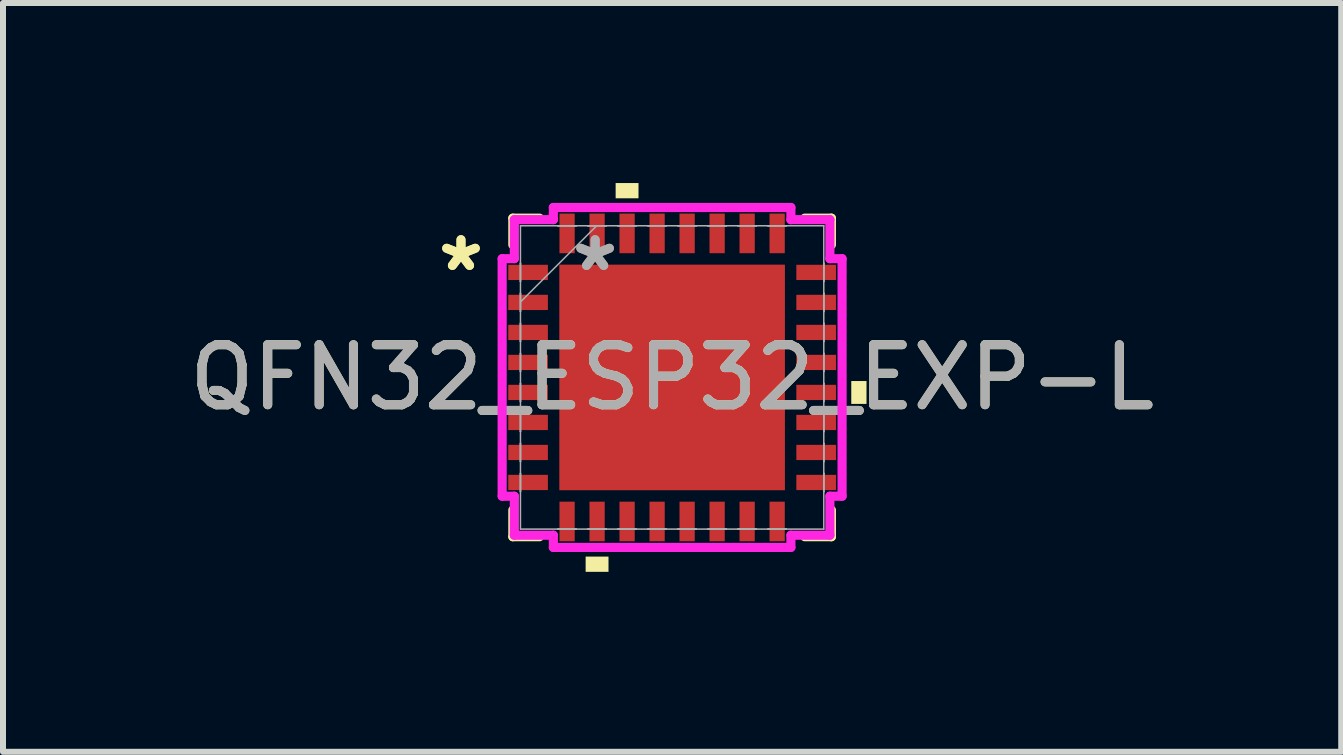
<source format=kicad_pcb>
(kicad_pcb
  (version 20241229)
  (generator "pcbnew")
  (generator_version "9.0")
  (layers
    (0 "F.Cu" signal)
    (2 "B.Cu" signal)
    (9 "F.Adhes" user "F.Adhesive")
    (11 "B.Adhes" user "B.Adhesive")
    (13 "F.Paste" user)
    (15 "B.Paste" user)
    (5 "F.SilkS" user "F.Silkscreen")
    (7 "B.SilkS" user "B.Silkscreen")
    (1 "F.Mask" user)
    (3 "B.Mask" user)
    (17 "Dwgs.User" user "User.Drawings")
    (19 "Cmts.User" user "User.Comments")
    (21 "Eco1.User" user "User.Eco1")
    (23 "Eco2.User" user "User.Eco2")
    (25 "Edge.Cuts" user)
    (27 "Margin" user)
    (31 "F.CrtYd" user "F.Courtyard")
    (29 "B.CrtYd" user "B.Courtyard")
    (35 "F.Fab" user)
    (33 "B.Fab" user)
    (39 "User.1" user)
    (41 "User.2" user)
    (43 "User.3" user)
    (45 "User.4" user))
  (footprint "QFN32_ESP32_EXP-L"
    (layer "F.Cu")
    (at 8.149 3.239)
    (property "Reference" "QFN32_ESP32_EXP-L" (at 0 0 0) (unlocked yes) (layer "F.SilkS") (effects (font (size 1 1) (thickness 0.15))))
    (attr smd)
    (fp_line (start -2.654 -2.654) (end -2.654 -2.21) (stroke (width 0.152) (type solid)) (layer "F.SilkS"))
    (fp_line (start -2.654 2.21) (end -2.654 2.654) (stroke (width 0.152) (type solid)) (layer "F.SilkS"))
    (fp_line (start -2.654 2.654) (end -2.21 2.654) (stroke (width 0.152) (type solid)) (layer "F.SilkS"))
    (fp_line (start -2.21 -2.654) (end -2.654 -2.654) (stroke (width 0.152) (type solid)) (layer "F.SilkS"))
    (fp_line (start 2.21 2.654) (end 2.654 2.654) (stroke (width 0.152) (type solid)) (layer "F.SilkS"))
    (fp_line (start 2.654 -2.654) (end 2.21 -2.654) (stroke (width 0.152) (type solid)) (layer "F.SilkS"))
    (fp_line (start 2.654 -2.21) (end 2.654 -2.654) (stroke (width 0.152) (type solid)) (layer "F.SilkS"))
    (fp_line (start 2.654 2.654) (end 2.654 2.21) (stroke (width 0.152) (type solid)) (layer "F.SilkS"))
    (fp_poly (pts (xy -1.441 2.985) (xy -1.441 3.239) (xy -1.06 3.239) (xy -1.06 2.985)) (stroke (width 0) (type solid)) (fill yes) (layer "F.SilkS"))
    (fp_poly (pts (xy -0.941 -2.985) (xy -0.941 -3.239) (xy -0.56 -3.239) (xy -0.56 -2.985)) (stroke (width 0) (type solid)) (fill yes) (layer "F.SilkS"))
    (fp_poly (pts (xy 3.239 0.06) (xy 3.239 0.441) (xy 2.985 0.441) (xy 2.985 0.06)) (stroke (width 0) (type solid)) (fill yes) (layer "F.SilkS"))
    (fp_line (start -2.832 -1.979) (end -2.629 -1.979) (stroke (width 0.152) (type solid)) (layer "F.CrtYd"))
    (fp_line (start -2.832 1.979) (end -2.832 -1.979) (stroke (width 0.152) (type solid)) (layer "F.CrtYd"))
    (fp_line (start -2.629 -2.629) (end -1.979 -2.629) (stroke (width 0.152) (type solid)) (layer "F.CrtYd"))
    (fp_line (start -2.629 -1.979) (end -2.629 -2.629) (stroke (width 0.152) (type solid)) (layer "F.CrtYd"))
    (fp_line (start -2.629 1.979) (end -2.832 1.979) (stroke (width 0.152) (type solid)) (layer "F.CrtYd"))
    (fp_line (start -2.629 2.629) (end -2.629 1.979) (stroke (width 0.152) (type solid)) (layer "F.CrtYd"))
    (fp_line (start -1.979 -2.832) (end 1.979 -2.832) (stroke (width 0.152) (type solid)) (layer "F.CrtYd"))
    (fp_line (start -1.979 -2.629) (end -1.979 -2.832) (stroke (width 0.152) (type solid)) (layer "F.CrtYd"))
    (fp_line (start -1.979 2.629) (end -2.629 2.629) (stroke (width 0.152) (type solid)) (layer "F.CrtYd"))
    (fp_line (start -1.979 2.832) (end -1.979 2.629) (stroke (width 0.152) (type solid)) (layer "F.CrtYd"))
    (fp_line (start 1.979 -2.832) (end 1.979 -2.629) (stroke (width 0.152) (type solid)) (layer "F.CrtYd"))
    (fp_line (start 1.979 -2.629) (end 2.629 -2.629) (stroke (width 0.152) (type solid)) (layer "F.CrtYd"))
    (fp_line (start 1.979 2.629) (end 1.979 2.832) (stroke (width 0.152) (type solid)) (layer "F.CrtYd"))
    (fp_line (start 1.979 2.832) (end -1.979 2.832) (stroke (width 0.152) (type solid)) (layer "F.CrtYd"))
    (fp_line (start 2.629 -2.629) (end 2.629 -1.979) (stroke (width 0.152) (type solid)) (layer "F.CrtYd"))
    (fp_line (start 2.629 -1.979) (end 2.832 -1.979) (stroke (width 0.152) (type solid)) (layer "F.CrtYd"))
    (fp_line (start 2.629 1.979) (end 2.629 2.629) (stroke (width 0.152) (type solid)) (layer "F.CrtYd"))
    (fp_line (start 2.629 2.629) (end 1.979 2.629) (stroke (width 0.152) (type solid)) (layer "F.CrtYd"))
    (fp_line (start 2.832 -1.979) (end 2.832 1.979) (stroke (width 0.152) (type solid)) (layer "F.CrtYd"))
    (fp_line (start 2.832 1.979) (end 2.629 1.979) (stroke (width 0.152) (type solid)) (layer "F.CrtYd"))
    (fp_line (start -2.527 -2.527) (end -2.527 2.527) (stroke (width 0.025) (type solid)) (layer "F.Fab"))
    (fp_line (start -2.527 -1.903) (end -2.527 -1.903) (stroke (width 0.025) (type solid)) (layer "F.Fab"))
    (fp_line (start -2.527 -1.903) (end -2.527 -1.598) (stroke (width 0.025) (type solid)) (layer "F.Fab"))
    (fp_line (start -2.527 -1.598) (end -2.527 -1.903) (stroke (width 0.025) (type solid)) (layer "F.Fab"))
    (fp_line (start -2.527 -1.598) (end -2.527 -1.598) (stroke (width 0.025) (type solid)) (layer "F.Fab"))
    (fp_line (start -2.527 -1.403) (end -2.527 -1.403) (stroke (width 0.025) (type solid)) (layer "F.Fab"))
    (fp_line (start -2.527 -1.403) (end -2.527 -1.098) (stroke (width 0.025) (type solid)) (layer "F.Fab"))
    (fp_line (start -2.527 -1.257) (end -1.257 -2.527) (stroke (width 0.025) (type solid)) (layer "F.Fab"))
    (fp_line (start -2.527 -1.098) (end -2.527 -1.403) (stroke (width 0.025) (type solid)) (layer "F.Fab"))
    (fp_line (start -2.527 -1.098) (end -2.527 -1.098) (stroke (width 0.025) (type solid)) (layer "F.Fab"))
    (fp_line (start -2.527 -0.903) (end -2.527 -0.903) (stroke (width 0.025) (type solid)) (layer "F.Fab"))
    (fp_line (start -2.527 -0.903) (end -2.527 -0.598) (stroke (width 0.025) (type solid)) (layer "F.Fab"))
    (fp_line (start -2.527 -0.598) (end -2.527 -0.903) (stroke (width 0.025) (type solid)) (layer "F.Fab"))
    (fp_line (start -2.527 -0.598) (end -2.527 -0.598) (stroke (width 0.025) (type solid)) (layer "F.Fab"))
    (fp_line (start -2.527 -0.402) (end -2.527 -0.402) (stroke (width 0.025) (type solid)) (layer "F.Fab"))
    (fp_line (start -2.527 -0.402) (end -2.527 -0.098) (stroke (width 0.025) (type solid)) (layer "F.Fab"))
    (fp_line (start -2.527 -0.098) (end -2.527 -0.402) (stroke (width 0.025) (type solid)) (layer "F.Fab"))
    (fp_line (start -2.527 -0.098) (end -2.527 -0.098) (stroke (width 0.025) (type solid)) (layer "F.Fab"))
    (fp_line (start -2.527 0.098) (end -2.527 0.098) (stroke (width 0.025) (type solid)) (layer "F.Fab"))
    (fp_line (start -2.527 0.098) (end -2.527 0.402) (stroke (width 0.025) (type solid)) (layer "F.Fab"))
    (fp_line (start -2.527 0.402) (end -2.527 0.098) (stroke (width 0.025) (type solid)) (layer "F.Fab"))
    (fp_line (start -2.527 0.402) (end -2.527 0.402) (stroke (width 0.025) (type solid)) (layer "F.Fab"))
    (fp_line (start -2.527 0.598) (end -2.527 0.598) (stroke (width 0.025) (type solid)) (layer "F.Fab"))
    (fp_line (start -2.527 0.598) (end -2.527 0.903) (stroke (width 0.025) (type solid)) (layer "F.Fab"))
    (fp_line (start -2.527 0.903) (end -2.527 0.598) (stroke (width 0.025) (type solid)) (layer "F.Fab"))
    (fp_line (start -2.527 0.903) (end -2.527 0.903) (stroke (width 0.025) (type solid)) (layer "F.Fab"))
    (fp_line (start -2.527 1.098) (end -2.527 1.098) (stroke (width 0.025) (type solid)) (layer "F.Fab"))
    (fp_line (start -2.527 1.098) (end -2.527 1.403) (stroke (width 0.025) (type solid)) (layer "F.Fab"))
    (fp_line (start -2.527 1.403) (end -2.527 1.098) (stroke (width 0.025) (type solid)) (layer "F.Fab"))
    (fp_line (start -2.527 1.403) (end -2.527 1.403) (stroke (width 0.025) (type solid)) (layer "F.Fab"))
    (fp_line (start -2.527 1.598) (end -2.527 1.598) (stroke (width 0.025) (type solid)) (layer "F.Fab"))
    (fp_line (start -2.527 1.598) (end -2.527 1.903) (stroke (width 0.025) (type solid)) (layer "F.Fab"))
    (fp_line (start -2.527 1.903) (end -2.527 1.598) (stroke (width 0.025) (type solid)) (layer "F.Fab"))
    (fp_line (start -2.527 1.903) (end -2.527 1.903) (stroke (width 0.025) (type solid)) (layer "F.Fab"))
    (fp_line (start -2.527 2.527) (end 2.527 2.527) (stroke (width 0.025) (type solid)) (layer "F.Fab"))
    (fp_line (start -1.903 -2.527) (end -1.903 -2.527) (stroke (width 0.025) (type solid)) (layer "F.Fab"))
    (fp_line (start -1.903 -2.527) (end -1.598 -2.527) (stroke (width 0.025) (type solid)) (layer "F.Fab"))
    (fp_line (start -1.903 2.527) (end -1.903 2.527) (stroke (width 0.025) (type solid)) (layer "F.Fab"))
    (fp_line (start -1.903 2.527) (end -1.598 2.527) (stroke (width 0.025) (type solid)) (layer "F.Fab"))
    (fp_line (start -1.598 -2.527) (end -1.903 -2.527) (stroke (width 0.025) (type solid)) (layer "F.Fab"))
    (fp_line (start -1.598 -2.527) (end -1.598 -2.527) (stroke (width 0.025) (type solid)) (layer "F.Fab"))
    (fp_line (start -1.598 2.527) (end -1.903 2.527) (stroke (width 0.025) (type solid)) (layer "F.Fab"))
    (fp_line (start -1.598 2.527) (end -1.598 2.527) (stroke (width 0.025) (type solid)) (layer "F.Fab"))
    (fp_line (start -1.403 -2.527) (end -1.403 -2.527) (stroke (width 0.025) (type solid)) (layer "F.Fab"))
    (fp_line (start -1.403 -2.527) (end -1.098 -2.527) (stroke (width 0.025) (type solid)) (layer "F.Fab"))
    (fp_line (start -1.403 2.527) (end -1.403 2.527) (stroke (width 0.025) (type solid)) (layer "F.Fab"))
    (fp_line (start -1.403 2.527) (end -1.098 2.527) (stroke (width 0.025) (type solid)) (layer "F.Fab"))
    (fp_line (start -1.098 -2.527) (end -1.403 -2.527) (stroke (width 0.025) (type solid)) (layer "F.Fab"))
    (fp_line (start -1.098 -2.527) (end -1.098 -2.527) (stroke (width 0.025) (type solid)) (layer "F.Fab"))
    (fp_line (start -1.098 2.527) (end -1.403 2.527) (stroke (width 0.025) (type solid)) (layer "F.Fab"))
    (fp_line (start -1.098 2.527) (end -1.098 2.527) (stroke (width 0.025) (type solid)) (layer "F.Fab"))
    (fp_line (start -0.903 -2.527) (end -0.903 -2.527) (stroke (width 0.025) (type solid)) (layer "F.Fab"))
    (fp_line (start -0.903 -2.527) (end -0.598 -2.527) (stroke (width 0.025) (type solid)) (layer "F.Fab"))
    (fp_line (start -0.903 2.527) (end -0.903 2.527) (stroke (width 0.025) (type solid)) (layer "F.Fab"))
    (fp_line (start -0.903 2.527) (end -0.598 2.527) (stroke (width 0.025) (type solid)) (layer "F.Fab"))
    (fp_line (start -0.598 -2.527) (end -0.903 -2.527) (stroke (width 0.025) (type solid)) (layer "F.Fab"))
    (fp_line (start -0.598 -2.527) (end -0.598 -2.527) (stroke (width 0.025) (type solid)) (layer "F.Fab"))
    (fp_line (start -0.598 2.527) (end -0.903 2.527) (stroke (width 0.025) (type solid)) (layer "F.Fab"))
    (fp_line (start -0.598 2.527) (end -0.598 2.527) (stroke (width 0.025) (type solid)) (layer "F.Fab"))
    (fp_line (start -0.402 -2.527) (end -0.402 -2.527) (stroke (width 0.025) (type solid)) (layer "F.Fab"))
    (fp_line (start -0.402 -2.527) (end -0.098 -2.527) (stroke (width 0.025) (type solid)) (layer "F.Fab"))
    (fp_line (start -0.402 2.527) (end -0.402 2.527) (stroke (width 0.025) (type solid)) (layer "F.Fab"))
    (fp_line (start -0.402 2.527) (end -0.098 2.527) (stroke (width 0.025) (type solid)) (layer "F.Fab"))
    (fp_line (start -0.098 -2.527) (end -0.402 -2.527) (stroke (width 0.025) (type solid)) (layer "F.Fab"))
    (fp_line (start -0.098 -2.527) (end -0.098 -2.527) (stroke (width 0.025) (type solid)) (layer "F.Fab"))
    (fp_line (start -0.098 2.527) (end -0.402 2.527) (stroke (width 0.025) (type solid)) (layer "F.Fab"))
    (fp_line (start -0.098 2.527) (end -0.098 2.527) (stroke (width 0.025) (type solid)) (layer "F.Fab"))
    (fp_line (start 0.098 -2.527) (end 0.098 -2.527) (stroke (width 0.025) (type solid)) (layer "F.Fab"))
    (fp_line (start 0.098 -2.527) (end 0.402 -2.527) (stroke (width 0.025) (type solid)) (layer "F.Fab"))
    (fp_line (start 0.098 2.527) (end 0.098 2.527) (stroke (width 0.025) (type solid)) (layer "F.Fab"))
    (fp_line (start 0.098 2.527) (end 0.402 2.527) (stroke (width 0.025) (type solid)) (layer "F.Fab"))
    (fp_line (start 0.402 -2.527) (end 0.098 -2.527) (stroke (width 0.025) (type solid)) (layer "F.Fab"))
    (fp_line (start 0.402 -2.527) (end 0.402 -2.527) (stroke (width 0.025) (type solid)) (layer "F.Fab"))
    (fp_line (start 0.402 2.527) (end 0.098 2.527) (stroke (width 0.025) (type solid)) (layer "F.Fab"))
    (fp_line (start 0.402 2.527) (end 0.402 2.527) (stroke (width 0.025) (type solid)) (layer "F.Fab"))
    (fp_line (start 0.598 -2.527) (end 0.598 -2.527) (stroke (width 0.025) (type solid)) (layer "F.Fab"))
    (fp_line (start 0.598 -2.527) (end 0.903 -2.527) (stroke (width 0.025) (type solid)) (layer "F.Fab"))
    (fp_line (start 0.598 2.527) (end 0.598 2.527) (stroke (width 0.025) (type solid)) (layer "F.Fab"))
    (fp_line (start 0.598 2.527) (end 0.903 2.527) (stroke (width 0.025) (type solid)) (layer "F.Fab"))
    (fp_line (start 0.903 -2.527) (end 0.598 -2.527) (stroke (width 0.025) (type solid)) (layer "F.Fab"))
    (fp_line (start 0.903 -2.527) (end 0.903 -2.527) (stroke (width 0.025) (type solid)) (layer "F.Fab"))
    (fp_line (start 0.903 2.527) (end 0.598 2.527) (stroke (width 0.025) (type solid)) (layer "F.Fab"))
    (fp_line (start 0.903 2.527) (end 0.903 2.527) (stroke (width 0.025) (type solid)) (layer "F.Fab"))
    (fp_line (start 1.098 -2.527) (end 1.098 -2.527) (stroke (width 0.025) (type solid)) (layer "F.Fab"))
    (fp_line (start 1.098 -2.527) (end 1.403 -2.527) (stroke (width 0.025) (type solid)) (layer "F.Fab"))
    (fp_line (start 1.098 2.527) (end 1.098 2.527) (stroke (width 0.025) (type solid)) (layer "F.Fab"))
    (fp_line (start 1.098 2.527) (end 1.403 2.527) (stroke (width 0.025) (type solid)) (layer "F.Fab"))
    (fp_line (start 1.403 -2.527) (end 1.098 -2.527) (stroke (width 0.025) (type solid)) (layer "F.Fab"))
    (fp_line (start 1.403 -2.527) (end 1.403 -2.527) (stroke (width 0.025) (type solid)) (layer "F.Fab"))
    (fp_line (start 1.403 2.527) (end 1.098 2.527) (stroke (width 0.025) (type solid)) (layer "F.Fab"))
    (fp_line (start 1.403 2.527) (end 1.403 2.527) (stroke (width 0.025) (type solid)) (layer "F.Fab"))
    (fp_line (start 1.598 -2.527) (end 1.598 -2.527) (stroke (width 0.025) (type solid)) (layer "F.Fab"))
    (fp_line (start 1.598 -2.527) (end 1.903 -2.527) (stroke (width 0.025) (type solid)) (layer "F.Fab"))
    (fp_line (start 1.598 2.527) (end 1.598 2.527) (stroke (width 0.025) (type solid)) (layer "F.Fab"))
    (fp_line (start 1.598 2.527) (end 1.903 2.527) (stroke (width 0.025) (type solid)) (layer "F.Fab"))
    (fp_line (start 1.903 -2.527) (end 1.598 -2.527) (stroke (width 0.025) (type solid)) (layer "F.Fab"))
    (fp_line (start 1.903 -2.527) (end 1.903 -2.527) (stroke (width 0.025) (type solid)) (layer "F.Fab"))
    (fp_line (start 1.903 2.527) (end 1.598 2.527) (stroke (width 0.025) (type solid)) (layer "F.Fab"))
    (fp_line (start 1.903 2.527) (end 1.903 2.527) (stroke (width 0.025) (type solid)) (layer "F.Fab"))
    (fp_line (start 2.527 -2.527) (end -2.527 -2.527) (stroke (width 0.025) (type solid)) (layer "F.Fab"))
    (fp_line (start 2.527 -1.903) (end 2.527 -1.903) (stroke (width 0.025) (type solid)) (layer "F.Fab"))
    (fp_line (start 2.527 -1.903) (end 2.527 -1.598) (stroke (width 0.025) (type solid)) (layer "F.Fab"))
    (fp_line (start 2.527 -1.598) (end 2.527 -1.903) (stroke (width 0.025) (type solid)) (layer "F.Fab"))
    (fp_line (start 2.527 -1.598) (end 2.527 -1.598) (stroke (width 0.025) (type solid)) (layer "F.Fab"))
    (fp_line (start 2.527 -1.403) (end 2.527 -1.403) (stroke (width 0.025) (type solid)) (layer "F.Fab"))
    (fp_line (start 2.527 -1.403) (end 2.527 -1.098) (stroke (width 0.025) (type solid)) (layer "F.Fab"))
    (fp_line (start 2.527 -1.098) (end 2.527 -1.403) (stroke (width 0.025) (type solid)) (layer "F.Fab"))
    (fp_line (start 2.527 -1.098) (end 2.527 -1.098) (stroke (width 0.025) (type solid)) (layer "F.Fab"))
    (fp_line (start 2.527 -0.903) (end 2.527 -0.903) (stroke (width 0.025) (type solid)) (layer "F.Fab"))
    (fp_line (start 2.527 -0.903) (end 2.527 -0.598) (stroke (width 0.025) (type solid)) (layer "F.Fab"))
    (fp_line (start 2.527 -0.598) (end 2.527 -0.903) (stroke (width 0.025) (type solid)) (layer "F.Fab"))
    (fp_line (start 2.527 -0.598) (end 2.527 -0.598) (stroke (width 0.025) (type solid)) (layer "F.Fab"))
    (fp_line (start 2.527 -0.402) (end 2.527 -0.402) (stroke (width 0.025) (type solid)) (layer "F.Fab"))
    (fp_line (start 2.527 -0.402) (end 2.527 -0.098) (stroke (width 0.025) (type solid)) (layer "F.Fab"))
    (fp_line (start 2.527 -0.098) (end 2.527 -0.402) (stroke (width 0.025) (type solid)) (layer "F.Fab"))
    (fp_line (start 2.527 -0.098) (end 2.527 -0.098) (stroke (width 0.025) (type solid)) (layer "F.Fab"))
    (fp_line (start 2.527 0.098) (end 2.527 0.098) (stroke (width 0.025) (type solid)) (layer "F.Fab"))
    (fp_line (start 2.527 0.098) (end 2.527 0.402) (stroke (width 0.025) (type solid)) (layer "F.Fab"))
    (fp_line (start 2.527 0.402) (end 2.527 0.098) (stroke (width 0.025) (type solid)) (layer "F.Fab"))
    (fp_line (start 2.527 0.402) (end 2.527 0.402) (stroke (width 0.025) (type solid)) (layer "F.Fab"))
    (fp_line (start 2.527 0.598) (end 2.527 0.598) (stroke (width 0.025) (type solid)) (layer "F.Fab"))
    (fp_line (start 2.527 0.598) (end 2.527 0.903) (stroke (width 0.025) (type solid)) (layer "F.Fab"))
    (fp_line (start 2.527 0.903) (end 2.527 0.598) (stroke (width 0.025) (type solid)) (layer "F.Fab"))
    (fp_line (start 2.527 0.903) (end 2.527 0.903) (stroke (width 0.025) (type solid)) (layer "F.Fab"))
    (fp_line (start 2.527 1.098) (end 2.527 1.098) (stroke (width 0.025) (type solid)) (layer "F.Fab"))
    (fp_line (start 2.527 1.098) (end 2.527 1.403) (stroke (width 0.025) (type solid)) (layer "F.Fab"))
    (fp_line (start 2.527 1.403) (end 2.527 1.098) (stroke (width 0.025) (type solid)) (layer "F.Fab"))
    (fp_line (start 2.527 1.403) (end 2.527 1.403) (stroke (width 0.025) (type solid)) (layer "F.Fab"))
    (fp_line (start 2.527 1.598) (end 2.527 1.598) (stroke (width 0.025) (type solid)) (layer "F.Fab"))
    (fp_line (start 2.527 1.598) (end 2.527 1.903) (stroke (width 0.025) (type solid)) (layer "F.Fab"))
    (fp_line (start 2.527 1.903) (end 2.527 1.598) (stroke (width 0.025) (type solid)) (layer "F.Fab"))
    (fp_line (start 2.527 1.903) (end 2.527 1.903) (stroke (width 0.025) (type solid)) (layer "F.Fab"))
    (fp_line (start 2.527 2.527) (end 2.527 -2.527) (stroke (width 0.025) (type solid)) (layer "F.Fab"))
    (fp_text user "*" (at -3.518 -1.75 0) (layer "F.SilkS") (effects (font (size 1 1) (thickness 0.15))))
    (fp_text user "*" (at -3.518 -1.75 0) (unlocked yes) (layer "F.SilkS") (effects (font (size 1 1) (thickness 0.15))))
    (fp_text user "*" (at -1.283 -1.75 0) (layer "F.Fab") (effects (font (size 1 1) (thickness 0.15))))
    (fp_text user "*" (at -1.283 -1.75 0) (unlocked yes) (layer "F.Fab") (effects (font (size 1 1) (thickness 0.15))))
    (fp_text user "${REFERENCE}" (at 0 0 0) (unlocked yes) (layer "F.Fab") (effects (font (size 1 1) (thickness 0.15))))
    (pad "1" smd rect (at -2.4 -1.75 90) (size 0.254 0.66) (layers "F.Cu" "F.Mask" "F.Paste"))
    (pad "2" smd rect (at -2.4 -1.25 90) (size 0.254 0.66) (layers "F.Cu" "F.Mask" "F.Paste"))
    (pad "3" smd rect (at -2.4 -0.75 90) (size 0.254 0.66) (layers "F.Cu" "F.Mask" "F.Paste"))
    (pad "4" smd rect (at -2.4 -0.25 90) (size 0.254 0.66) (layers "F.Cu" "F.Mask" "F.Paste"))
    (pad "5" smd rect (at -2.4 0.25 90) (size 0.254 0.66) (layers "F.Cu" "F.Mask" "F.Paste"))
    (pad "6" smd rect (at -2.4 0.75 90) (size 0.254 0.66) (layers "F.Cu" "F.Mask" "F.Paste"))
    (pad "7" smd rect (at -2.4 1.25 90) (size 0.254 0.66) (layers "F.Cu" "F.Mask" "F.Paste"))
    (pad "8" smd rect (at -2.4 1.75 90) (size 0.254 0.66) (layers "F.Cu" "F.Mask" "F.Paste"))
    (pad "9" smd rect (at -1.75 2.4) (size 0.254 0.66) (layers "F.Cu" "F.Mask" "F.Paste"))
    (pad "10" smd rect (at -1.25 2.4) (size 0.254 0.66) (layers "F.Cu" "F.Mask" "F.Paste"))
    (pad "11" smd rect (at -0.75 2.4) (size 0.254 0.66) (layers "F.Cu" "F.Mask" "F.Paste"))
    (pad "12" smd rect (at -0.25 2.4) (size 0.254 0.66) (layers "F.Cu" "F.Mask" "F.Paste"))
    (pad "13" smd rect (at 0.25 2.4) (size 0.254 0.66) (layers "F.Cu" "F.Mask" "F.Paste"))
    (pad "14" smd rect (at 0.75 2.4) (size 0.254 0.66) (layers "F.Cu" "F.Mask" "F.Paste"))
    (pad "15" smd rect (at 1.25 2.4) (size 0.254 0.66) (layers "F.Cu" "F.Mask" "F.Paste"))
    (pad "16" smd rect (at 1.75 2.4) (size 0.254 0.66) (layers "F.Cu" "F.Mask" "F.Paste"))
    (pad "17" smd rect (at 2.4 1.75 90) (size 0.254 0.66) (layers "F.Cu" "F.Mask" "F.Paste"))
    (pad "18" smd rect (at 2.4 1.25 90) (size 0.254 0.66) (layers "F.Cu" "F.Mask" "F.Paste"))
    (pad "19" smd rect (at 2.4 0.75 90) (size 0.254 0.66) (layers "F.Cu" "F.Mask" "F.Paste"))
    (pad "20" smd rect (at 2.4 0.25 90) (size 0.254 0.66) (layers "F.Cu" "F.Mask" "F.Paste"))
    (pad "21" smd rect (at 2.4 -0.25 90) (size 0.254 0.66) (layers "F.Cu" "F.Mask" "F.Paste"))
    (pad "22" smd rect (at 2.4 -0.75 90) (size 0.254 0.66) (layers "F.Cu" "F.Mask" "F.Paste"))
    (pad "23" smd rect (at 2.4 -1.25 90) (size 0.254 0.66) (layers "F.Cu" "F.Mask" "F.Paste"))
    (pad "24" smd rect (at 2.4 -1.75 90) (size 0.254 0.66) (layers "F.Cu" "F.Mask" "F.Paste"))
    (pad "25" smd rect (at 1.75 -2.4) (size 0.254 0.66) (layers "F.Cu" "F.Mask" "F.Paste"))
    (pad "26" smd rect (at 1.25 -2.4) (size 0.254 0.66) (layers "F.Cu" "F.Mask" "F.Paste"))
    (pad "27" smd rect (at 0.75 -2.4) (size 0.254 0.66) (layers "F.Cu" "F.Mask" "F.Paste"))
    (pad "28" smd rect (at 0.25 -2.4) (size 0.254 0.66) (layers "F.Cu" "F.Mask" "F.Paste"))
    (pad "29" smd rect (at -0.25 -2.4) (size 0.254 0.66) (layers "F.Cu" "F.Mask" "F.Paste"))
    (pad "30" smd rect (at -0.75 -2.4) (size 0.254 0.66) (layers "F.Cu" "F.Mask" "F.Paste"))
    (pad "31" smd rect (at -1.25 -2.4) (size 0.254 0.66) (layers "F.Cu" "F.Mask" "F.Paste"))
    (pad "32" smd rect (at -1.75 -2.4) (size 0.254 0.66) (layers "F.Cu" "F.Mask" "F.Paste"))
    (pad "33" smd rect (at 0 0) (size 3.759 3.759) (layers "F.Cu" "F.Mask" "F.Paste")))
  (gr_rect
    (start -3 -3)
    (end 19.298 9.477)
    (stroke (width 0.1) (type default))
    (fill no)
    (layer "Edge.Cuts")))
</source>
